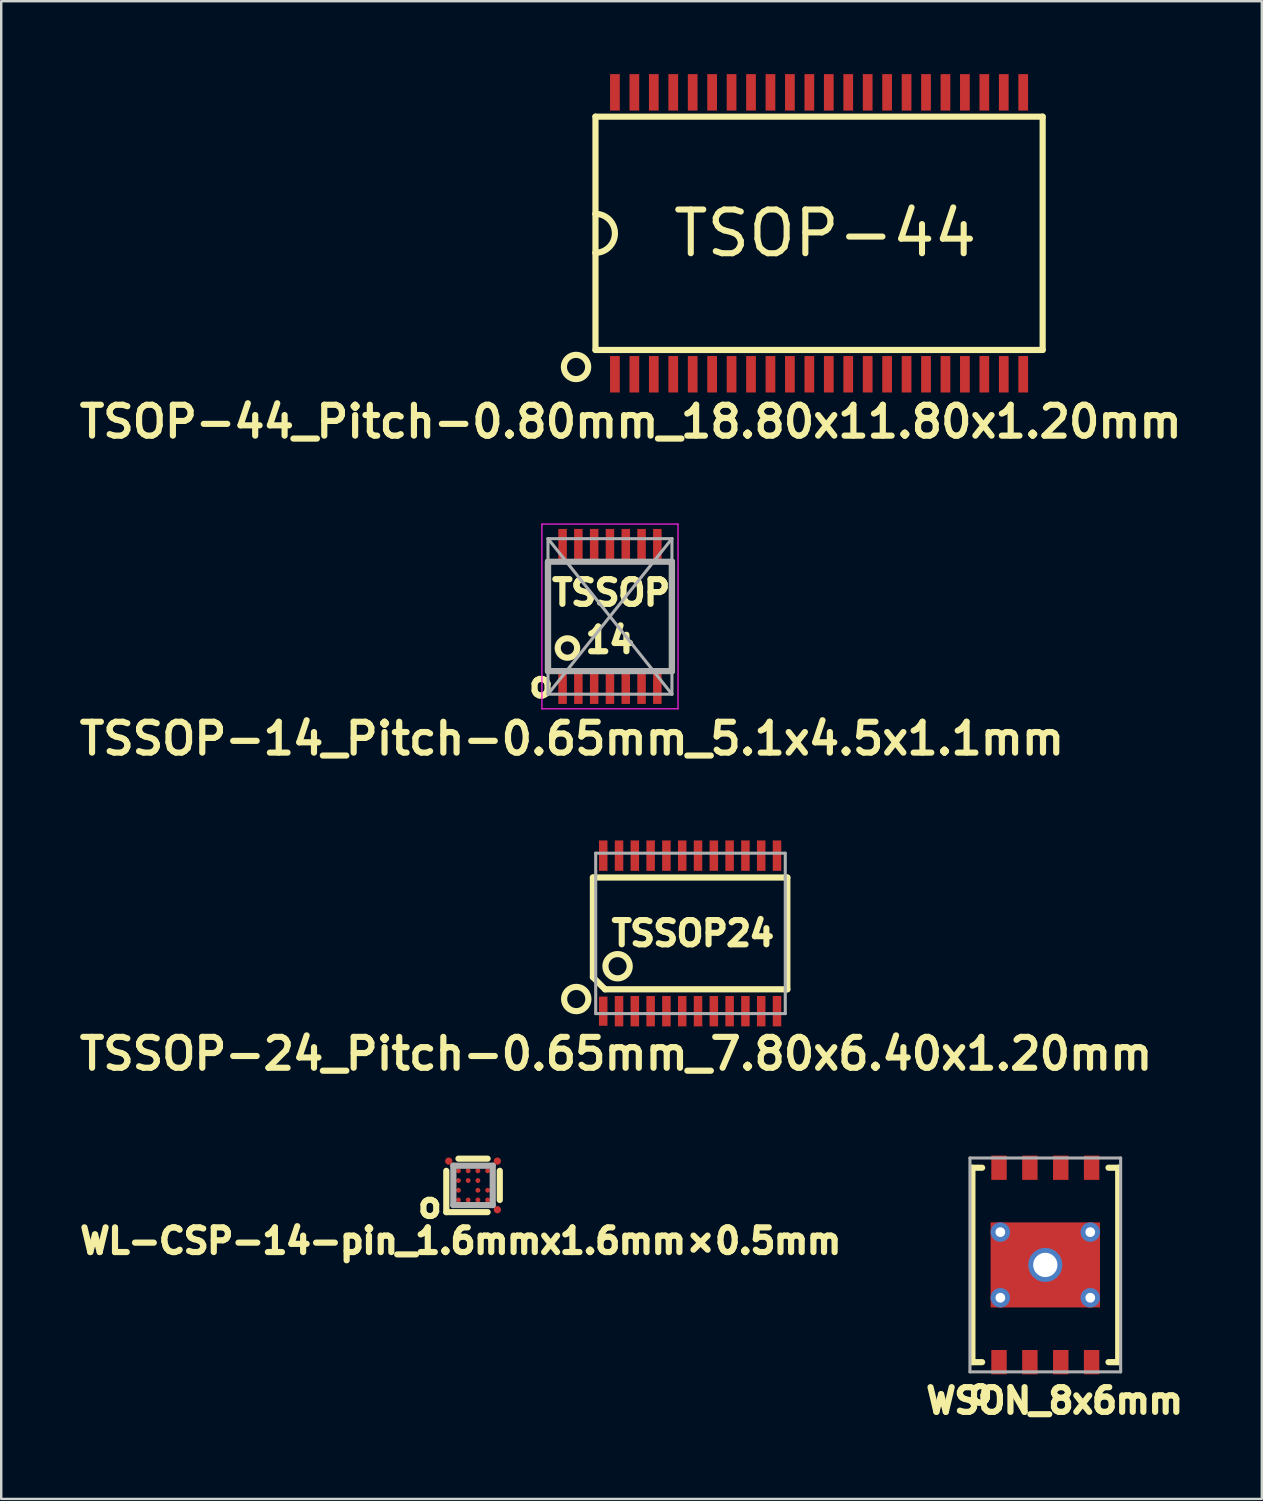
<source format=kicad_pcb>
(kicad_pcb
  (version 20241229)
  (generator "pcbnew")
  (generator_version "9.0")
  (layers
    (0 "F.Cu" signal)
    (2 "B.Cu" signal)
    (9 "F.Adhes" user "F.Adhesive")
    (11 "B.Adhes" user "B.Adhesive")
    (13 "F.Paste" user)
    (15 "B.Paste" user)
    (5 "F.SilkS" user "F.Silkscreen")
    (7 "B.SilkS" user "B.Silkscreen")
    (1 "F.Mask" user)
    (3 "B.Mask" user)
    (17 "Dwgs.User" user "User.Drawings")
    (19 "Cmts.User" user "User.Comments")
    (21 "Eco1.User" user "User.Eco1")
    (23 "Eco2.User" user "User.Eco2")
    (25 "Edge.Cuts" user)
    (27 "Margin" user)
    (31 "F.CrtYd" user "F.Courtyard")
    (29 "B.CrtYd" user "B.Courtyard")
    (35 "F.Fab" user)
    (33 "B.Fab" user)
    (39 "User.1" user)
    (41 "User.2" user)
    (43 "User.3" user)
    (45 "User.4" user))
  (footprint "TSSOP-14_Pitch-0.65mm_5.1x4.5x1.1mm"
    (layer "F.Cu")
    (at 22.048 22.314)
    (property "Reference" "TSSOP-14_Pitch-0.65mm_5.1x4.5x1.1mm" (at -1.565 5.029 0) (layer "F.SilkS") (effects (font (size 1.27 1.27) (thickness 0.254))))
    (attr smd)
    (fp_line (start -2.55 -2.25) (end -2.55 2.25) (stroke (width 0.254) (type solid)) (layer "F.SilkS"))
    (fp_line (start 2.55 -2.25) (end 2.55 2.25) (stroke (width 0.254) (type solid)) (layer "F.SilkS"))
    (fp_circle (center -1.75 1.3) (end -1.35 1.3) (stroke (width 0.254) (type solid)) (fill no) (layer "F.SilkS"))
    (fp_line (start -2.8 -3.8) (end -2.8 3.8) (stroke (width 0.05) (type default)) (layer "F.CrtYd"))
    (fp_line (start -2.8 3.8) (end 2.8 3.8) (stroke (width 0.05) (type default)) (layer "F.CrtYd"))
    (fp_line (start 2.8 -3.8) (end -2.8 -3.8) (stroke (width 0.05) (type default)) (layer "F.CrtYd"))
    (fp_line (start 2.8 3.8) (end 2.8 -3.8) (stroke (width 0.05) (type default)) (layer "F.CrtYd"))
    (fp_line (start -2.55 -3.2) (end 2.55 -3.2) (stroke (width 0.127) (type solid)) (layer "F.Fab"))
    (fp_line (start -2.55 -3.2) (end 2.55 3.2) (stroke (width 0.127) (type solid)) (layer "F.Fab"))
    (fp_line (start -2.55 -2.25) (end -2.55 -3.2) (stroke (width 0.127) (type solid)) (layer "F.Fab"))
    (fp_line (start -2.55 -2.25) (end 2.55 -2.25) (stroke (width 0.254) (type solid)) (layer "F.Fab"))
    (fp_line (start -2.55 2.25) (end -2.55 -2.25) (stroke (width 0.254) (type solid)) (layer "F.Fab"))
    (fp_line (start -2.55 3.2) (end -2.55 2.25) (stroke (width 0.127) (type solid)) (layer "F.Fab"))
    (fp_line (start 2.55 -3.2) (end -2.55 3.2) (stroke (width 0.127) (type solid)) (layer "F.Fab"))
    (fp_line (start 2.55 -3.2) (end 2.55 -2.25) (stroke (width 0.127) (type solid)) (layer "F.Fab"))
    (fp_line (start 2.55 -2.25) (end 2.55 2.25) (stroke (width 0.254) (type solid)) (layer "F.Fab"))
    (fp_line (start 2.55 2.25) (end -2.55 2.25) (stroke (width 0.254) (type solid)) (layer "F.Fab"))
    (fp_line (start 2.55 2.25) (end 2.55 3.2) (stroke (width 0.127) (type solid)) (layer "F.Fab"))
    (fp_line (start 2.55 3.2) (end -2.55 3.2) (stroke (width 0.127) (type solid)) (layer "F.Fab"))
    (fp_text user "TSSOP" (at 0.05 -0.975 0) (layer "F.SilkS") (effects (font (size 1.016 1.016) (thickness 0.254) (bold yes))))
    (fp_text user "14" (at 0 0.975 0) (layer "F.SilkS") (effects (font (size 1.016 1.016) (thickness 0.254) (bold yes))))
    (fp_text user "o" (at -2.835 2.794 0) (layer "F.SilkS") (effects (font (size 1.016 1.016) (thickness 0.254))))
    (pad "1" smd rect (at -1.95 2.9) (size 0.35 1.4) (layers "F.Cu" "F.Mask" "F.Paste"))
    (pad "2" smd rect (at -1.3 2.9) (size 0.35 1.4) (layers "F.Cu" "F.Mask" "F.Paste"))
    (pad "3" smd rect (at -0.65 2.9) (size 0.35 1.4) (layers "F.Cu" "F.Mask" "F.Paste"))
    (pad "4" smd rect (at 0 2.9) (size 0.35 1.4) (layers "F.Cu" "F.Mask" "F.Paste"))
    (pad "5" smd rect (at 0.65 2.9) (size 0.35 1.4) (layers "F.Cu" "F.Mask" "F.Paste"))
    (pad "6" smd rect (at 1.3 2.9) (size 0.35 1.4) (layers "F.Cu" "F.Mask" "F.Paste"))
    (pad "7" smd rect (at 1.95 2.9) (size 0.35 1.4) (layers "F.Cu" "F.Mask" "F.Paste"))
    (pad "8" smd rect (at 1.95 -2.9) (size 0.35 1.4) (layers "F.Cu" "F.Mask" "F.Paste"))
    (pad "9" smd rect (at 1.3 -2.9) (size 0.35 1.4) (layers "F.Cu" "F.Mask" "F.Paste"))
    (pad "10" smd rect (at 0.65 -2.9) (size 0.35 1.4) (layers "F.Cu" "F.Mask" "F.Paste"))
    (pad "11" smd rect (at 0 -2.9) (size 0.35 1.4) (layers "F.Cu" "F.Mask" "F.Paste"))
    (pad "12" smd rect (at -0.65 -2.9) (size 0.35 1.4) (layers "F.Cu" "F.Mask" "F.Paste"))
    (pad "13" smd rect (at -1.3 -2.9) (size 0.35 1.4) (layers "F.Cu" "F.Mask" "F.Paste"))
    (pad "14" smd rect (at -1.95 -2.9) (size 0.35 1.4) (layers "F.Cu" "F.Mask" "F.Paste")))
  (footprint "TSOP-44_Pitch-0.80mm_18.80x11.80x1.20mm"
    (layer "F.Cu")
    (at 30.652 6.55)
    (property "Reference" "TSOP-44_Pitch-0.80mm_18.80x11.80x1.20mm" (at -7.75 7.75 180) (layer "F.SilkS") (effects (font (size 1.27 1.27) (thickness 0.254))))
    (attr smd)
    (fp_line (start -9.2 -4.8) (end 9.2 -4.8) (stroke (width 0.254) (type solid)) (layer "F.SilkS"))
    (fp_line (start -9.2 -0.8) (end -9.2 -4.8) (stroke (width 0.254) (type solid)) (layer "F.SilkS"))
    (fp_line (start -9.2 0.8) (end -9.2 -0.8) (stroke (width 0.254) (type solid)) (layer "F.SilkS"))
    (fp_line (start -9.2 4.8) (end -9.2 0.8) (stroke (width 0.254) (type solid)) (layer "F.SilkS"))
    (fp_line (start 9.2 -4.8) (end 9.2 4.8) (stroke (width 0.254) (type solid)) (layer "F.SilkS"))
    (fp_line (start 9.2 4.8) (end -9.2 4.8) (stroke (width 0.254) (type solid)) (layer "F.SilkS"))
    (fp_arc (start -9.2 -0.8) (mid -8.4 0) (end -9.2 0.8) (stroke (width 0.254) (type solid)) (layer "F.SilkS"))
    (fp_circle (center -10 5.5) (end -10 6) (stroke (width 0.254) (type solid)) (fill no) (layer "F.SilkS"))
    (fp_text user "TSOP-44" (at 0.25 0 0) (layer "F.SilkS") (effects (font (size 1.8 1.8) (thickness 0.25))))
    (pad "1" smd rect (at -8.4 5.8) (size 0.4 1.5) (layers "F.Cu" "F.Mask" "F.Paste"))
    (pad "2" smd rect (at -7.6 5.8) (size 0.4 1.5) (layers "F.Cu" "F.Mask" "F.Paste"))
    (pad "3" smd rect (at -6.8 5.8) (size 0.4 1.5) (layers "F.Cu" "F.Mask" "F.Paste"))
    (pad "4" smd rect (at -6 5.8) (size 0.4 1.5) (layers "F.Cu" "F.Mask" "F.Paste"))
    (pad "5" smd rect (at -5.2 5.8) (size 0.4 1.5) (layers "F.Cu" "F.Mask" "F.Paste"))
    (pad "6" smd rect (at -4.4 5.8) (size 0.4 1.5) (layers "F.Cu" "F.Mask" "F.Paste"))
    (pad "7" smd rect (at -3.6 5.8) (size 0.4 1.5) (layers "F.Cu" "F.Mask" "F.Paste"))
    (pad "8" smd rect (at -2.8 5.8) (size 0.4 1.5) (layers "F.Cu" "F.Mask" "F.Paste"))
    (pad "9" smd rect (at -2 5.8) (size 0.4 1.5) (layers "F.Cu" "F.Mask" "F.Paste"))
    (pad "10" smd rect (at -1.2 5.8) (size 0.4 1.5) (layers "F.Cu" "F.Mask" "F.Paste"))
    (pad "11" smd rect (at -0.4 5.8) (size 0.4 1.5) (layers "F.Cu" "F.Mask" "F.Paste"))
    (pad "12" smd rect (at 0.4 5.8) (size 0.4 1.5) (layers "F.Cu" "F.Mask" "F.Paste"))
    (pad "13" smd rect (at 1.2 5.8) (size 0.4 1.5) (layers "F.Cu" "F.Mask" "F.Paste"))
    (pad "14" smd rect (at 2 5.8) (size 0.4 1.5) (layers "F.Cu" "F.Mask" "F.Paste"))
    (pad "15" smd rect (at 2.8 5.8) (size 0.4 1.5) (layers "F.Cu" "F.Mask" "F.Paste"))
    (pad "16" smd rect (at 3.6 5.8) (size 0.4 1.5) (layers "F.Cu" "F.Mask" "F.Paste"))
    (pad "17" smd rect (at 4.4 5.8) (size 0.4 1.5) (layers "F.Cu" "F.Mask" "F.Paste"))
    (pad "18" smd rect (at 5.2 5.8) (size 0.4 1.5) (layers "F.Cu" "F.Mask" "F.Paste"))
    (pad "19" smd rect (at 6 5.8) (size 0.4 1.5) (layers "F.Cu" "F.Mask" "F.Paste"))
    (pad "20" smd rect (at 6.8 5.8) (size 0.4 1.5) (layers "F.Cu" "F.Mask" "F.Paste"))
    (pad "21" smd rect (at 7.6 5.8) (size 0.4 1.5) (layers "F.Cu" "F.Mask" "F.Paste"))
    (pad "22" smd rect (at 8.4 5.8) (size 0.4 1.5) (layers "F.Cu" "F.Mask" "F.Paste"))
    (pad "23" smd rect (at 8.4 -5.8) (size 0.4 1.5) (layers "F.Cu" "F.Mask" "F.Paste"))
    (pad "24" smd rect (at 7.6 -5.8) (size 0.4 1.5) (layers "F.Cu" "F.Mask" "F.Paste"))
    (pad "25" smd rect (at 6.8 -5.8) (size 0.4 1.5) (layers "F.Cu" "F.Mask" "F.Paste"))
    (pad "26" smd rect (at 6 -5.8) (size 0.4 1.5) (layers "F.Cu" "F.Mask" "F.Paste"))
    (pad "27" smd rect (at 5.2 -5.8) (size 0.4 1.5) (layers "F.Cu" "F.Mask" "F.Paste"))
    (pad "28" smd rect (at 4.4 -5.8) (size 0.4 1.5) (layers "F.Cu" "F.Mask" "F.Paste"))
    (pad "29" smd rect (at 3.6 -5.8) (size 0.4 1.5) (layers "F.Cu" "F.Mask" "F.Paste"))
    (pad "30" smd rect (at 2.8 -5.8) (size 0.4 1.5) (layers "F.Cu" "F.Mask" "F.Paste"))
    (pad "31" smd rect (at 2 -5.8) (size 0.4 1.5) (layers "F.Cu" "F.Mask" "F.Paste"))
    (pad "32" smd rect (at 1.2 -5.8) (size 0.4 1.5) (layers "F.Cu" "F.Mask" "F.Paste"))
    (pad "33" smd rect (at 0.4 -5.8) (size 0.4 1.5) (layers "F.Cu" "F.Mask" "F.Paste"))
    (pad "34" smd rect (at -0.4 -5.8) (size 0.4 1.5) (layers "F.Cu" "F.Mask" "F.Paste"))
    (pad "35" smd rect (at -1.2 -5.8) (size 0.4 1.5) (layers "F.Cu" "F.Mask" "F.Paste"))
    (pad "36" smd rect (at -2 -5.8) (size 0.4 1.5) (layers "F.Cu" "F.Mask" "F.Paste"))
    (pad "37" smd rect (at -2.8 -5.8) (size 0.4 1.5) (layers "F.Cu" "F.Mask" "F.Paste"))
    (pad "38" smd rect (at -3.6 -5.8) (size 0.4 1.5) (layers "F.Cu" "F.Mask" "F.Paste"))
    (pad "39" smd rect (at -4.4 -5.8) (size 0.4 1.5) (layers "F.Cu" "F.Mask" "F.Paste"))
    (pad "40" smd rect (at -5.2 -5.8) (size 0.4 1.5) (layers "F.Cu" "F.Mask" "F.Paste"))
    (pad "41" smd rect (at -6 -5.8) (size 0.4 1.5) (layers "F.Cu" "F.Mask" "F.Paste"))
    (pad "42" smd rect (at -6.8 -5.8) (size 0.4 1.5) (layers "F.Cu" "F.Mask" "F.Paste"))
    (pad "43" smd rect (at -7.6 -5.8) (size 0.4 1.5) (layers "F.Cu" "F.Mask" "F.Paste"))
    (pad "44" smd rect (at -8.4 -5.8) (size 0.4 1.5) (layers "F.Cu" "F.Mask" "F.Paste")))
  (footprint "WSON_8x6mm"
    (layer "F.Cu")
    (at 39.961 48.998)
    (property "Reference" "WSON_8x6mm" (at 0.381 5.588 0) (layer "F.SilkS") (effects (font (size 1.016 1.016) (thickness 0.254))))
    (attr smd)
    (fp_line (start -3 -4) (end -2.6 -4) (stroke (width 0.254) (type solid)) (layer "F.SilkS"))
    (fp_line (start -3 4) (end -3 -4) (stroke (width 0.254) (type solid)) (layer "F.SilkS"))
    (fp_line (start -2.6 4) (end -3 4) (stroke (width 0.254) (type solid)) (layer "F.SilkS"))
    (fp_line (start 2.6 -4) (end 3 -4) (stroke (width 0.254) (type solid)) (layer "F.SilkS"))
    (fp_line (start 3 -4) (end 3 4) (stroke (width 0.254) (type solid)) (layer "F.SilkS"))
    (fp_line (start 3 4) (end 2.6 4) (stroke (width 0.254) (type solid)) (layer "F.SilkS"))
    (fp_line (start -3.1 -4.4) (end 3.1 -4.4) (stroke (width 0.127) (type solid)) (layer "F.Fab"))
    (fp_line (start -3.1 4.4) (end -3.1 -4.4) (stroke (width 0.127) (type solid)) (layer "F.Fab"))
    (fp_line (start 3.1 -4.4) (end 3.1 4.4) (stroke (width 0.127) (type solid)) (layer "F.Fab"))
    (fp_line (start 3.1 4.4) (end -3.1 4.4) (stroke (width 0.127) (type solid)) (layer "F.Fab"))
    (fp_text user "o" (at -2.667 5.207 0) (layer "F.SilkS") (effects (font (size 1.016 1.016) (thickness 0.254))))
    (pad "" smd rect (at -1.5 0 270) (size 2.1 1.5) (layers "F.Paste"))
    (pad "" smd rect (at 0 -1.175 270) (size 1.15 0.9) (layers "F.Paste"))
    (pad "" smd rect (at 0 1.175 270) (size 1.15 0.9) (layers "F.Paste"))
    (pad "" smd rect (at 1.5 0 270) (size 2.1 1.5) (layers "F.Paste"))
    (pad "1" smd rect (at -1.905 4 90) (size 1 0.635) (layers "F.Cu" "F.Mask" "F.Paste"))
    (pad "2" smd rect (at -0.635 4 90) (size 1 0.635) (layers "F.Cu" "F.Mask" "F.Paste"))
    (pad "3" smd rect (at 0.635 4 90) (size 1 0.635) (layers "F.Cu" "F.Mask" "F.Paste"))
    (pad "4" smd rect (at 1.905 4 90) (size 1 0.635) (layers "F.Cu" "F.Mask" "F.Paste"))
    (pad "5" smd rect (at 1.905 -4 270) (size 1 0.635) (layers "F.Cu" "F.Mask" "F.Paste"))
    (pad "6" smd rect (at 0.635 -4 270) (size 1 0.635) (layers "F.Cu" "F.Mask" "F.Paste"))
    (pad "7" smd rect (at -0.635 -4 270) (size 1 0.635) (layers "F.Cu" "F.Mask" "F.Paste"))
    (pad "8" smd rect (at -1.905 -4 270) (size 1 0.635) (layers "F.Cu" "F.Mask" "F.Paste"))
    (pad "9" thru_hole circle (at -1.85 -1.35 270) (size 0.8 0.8) (drill 0.4) (layers "*.Cu" "*.Mask"))
    (pad "9" thru_hole circle (at -1.85 1.35 270) (size 0.8 0.8) (drill 0.4) (layers "*.Cu" "*.Mask"))
    (pad "9" thru_hole circle (at 0 0 270) (size 1.4 1.4) (drill 1) (layers "*.Cu" "*.Mask"))
    (pad "9" smd rect (at 0 0 270) (size 3.5 4.5) (layers "F.Cu" "F.Mask"))
    (pad "9" thru_hole circle (at 1.85 -1.35 270) (size 0.8 0.8) (drill 0.4) (layers "*.Cu" "*.Mask"))
    (pad "9" thru_hole circle (at 1.85 1.35 270) (size 0.8 0.8) (drill 0.4) (layers "*.Cu" "*.Mask")))
  (footprint "TSSOP-24_Pitch-0.65mm_7.80x6.40x1.20mm"
    (layer "F.Cu")
    (at 25.346 35.357)
    (property "Reference" "TSSOP-24_Pitch-0.65mm_7.80x6.40x1.20mm" (at -3.048 4.953 0) (layer "F.SilkS") (effects (font (size 1.27 1.27) (thickness 0.254))))
    (attr smd)
    (fp_line (start -4 -2.3) (end -4 1.8) (stroke (width 0.254) (type solid)) (layer "F.SilkS"))
    (fp_line (start -4 -2.3) (end 4 -2.3) (stroke (width 0.254) (type solid)) (layer "F.SilkS"))
    (fp_line (start -4 1.8) (end -3.5 2.3) (stroke (width 0.254) (type solid)) (layer "F.SilkS"))
    (fp_line (start -3.5 2.3) (end 4 2.3) (stroke (width 0.254) (type solid)) (layer "F.SilkS"))
    (fp_line (start 4 -2.3) (end 4 2.3) (stroke (width 0.254) (type solid)) (layer "F.SilkS"))
    (fp_circle (center -4.685 2.7) (end -4.185 2.7) (stroke (width 0.254) (type solid)) (fill no) (layer "F.SilkS"))
    (fp_circle (center -2.985 1.35) (end -2.485 1.35) (stroke (width 0.254) (type solid)) (fill no) (layer "F.SilkS"))
    (fp_line (start -3.885 -3.3) (end 3.915 -3.3) (stroke (width 0.127) (type solid)) (layer "F.Fab"))
    (fp_line (start -3.885 3.3) (end -3.885 -3.3) (stroke (width 0.127) (type solid)) (layer "F.Fab"))
    (fp_line (start 3.915 -3.3) (end 3.915 3.3) (stroke (width 0.127) (type solid)) (layer "F.Fab"))
    (fp_line (start 3.915 3.3) (end -3.885 3.3) (stroke (width 0.127) (type solid)) (layer "F.Fab"))
    (fp_text user "TSSOP24" (at 0.115 0 0) (layer "F.SilkS") (effects (font (size 1 1) (thickness 0.25))))
    (pad "1" smd rect (at -3.575 3.2) (size 0.35 1.2) (layers "F.Cu" "F.Mask" "F.Paste"))
    (pad "2" smd rect (at -2.925 3.2) (size 0.35 1.25) (layers "F.Cu" "F.Mask" "F.Paste"))
    (pad "3" smd rect (at -2.275 3.2) (size 0.35 1.25) (layers "F.Cu" "F.Mask" "F.Paste"))
    (pad "4" smd rect (at -1.625 3.2) (size 0.35 1.25) (layers "F.Cu" "F.Mask" "F.Paste"))
    (pad "5" smd rect (at -0.975 3.2) (size 0.35 1.25) (layers "F.Cu" "F.Mask" "F.Paste"))
    (pad "6" smd rect (at -0.325 3.2) (size 0.35 1.25) (layers "F.Cu" "F.Mask" "F.Paste"))
    (pad "7" smd rect (at 0.325 3.2) (size 0.35 1.25) (layers "F.Cu" "F.Mask" "F.Paste"))
    (pad "8" smd rect (at 0.975 3.2) (size 0.35 1.25) (layers "F.Cu" "F.Mask" "F.Paste"))
    (pad "9" smd rect (at 1.625 3.2) (size 0.35 1.25) (layers "F.Cu" "F.Mask" "F.Paste"))
    (pad "10" smd rect (at 2.275 3.2) (size 0.35 1.25) (layers "F.Cu" "F.Mask" "F.Paste"))
    (pad "11" smd rect (at 2.925 3.2) (size 0.35 1.25) (layers "F.Cu" "F.Mask" "F.Paste"))
    (pad "12" smd rect (at 3.575 3.2) (size 0.35 1.25) (layers "F.Cu" "F.Mask" "F.Paste"))
    (pad "13" smd rect (at 3.575 -3.2) (size 0.35 1.25) (layers "F.Cu" "F.Mask" "F.Paste"))
    (pad "14" smd rect (at 2.925 -3.2) (size 0.35 1.25) (layers "F.Cu" "F.Mask" "F.Paste"))
    (pad "15" smd rect (at 2.275 -3.2) (size 0.35 1.25) (layers "F.Cu" "F.Mask" "F.Paste"))
    (pad "16" smd rect (at 1.625 -3.2) (size 0.35 1.25) (layers "F.Cu" "F.Mask" "F.Paste"))
    (pad "17" smd rect (at 0.975 -3.2) (size 0.35 1.25) (layers "F.Cu" "F.Mask" "F.Paste"))
    (pad "18" smd rect (at 0.325 -3.2) (size 0.35 1.25) (layers "F.Cu" "F.Mask" "F.Paste"))
    (pad "19" smd rect (at -0.325 -3.2) (size 0.35 1.25) (layers "F.Cu" "F.Mask" "F.Paste"))
    (pad "20" smd rect (at -0.975 -3.2) (size 0.35 1.25) (layers "F.Cu" "F.Mask" "F.Paste"))
    (pad "21" smd rect (at -1.625 -3.2) (size 0.35 1.25) (layers "F.Cu" "F.Mask" "F.Paste"))
    (pad "22" smd rect (at -2.275 -3.2) (size 0.35 1.25) (layers "F.Cu" "F.Mask" "F.Paste"))
    (pad "23" smd rect (at -2.925 -3.2) (size 0.35 1.25) (layers "F.Cu" "F.Mask" "F.Paste"))
    (pad "24" smd rect (at -3.575 -3.2) (size 0.35 1.25) (layers "F.Cu" "F.Mask" "F.Paste")))
  (footprint "WL-CSP-14-pin_1.6mmx1.6mm×0.5mm"
    (layer "F.Cu")
    (at 16.414 45.725)
    (property "Reference" "WL-CSP-14-pin_1.6mmx1.6mm×0.5mm" (at -0.508 2.286 0) (layer "F.SilkS") (effects (font (size 1.016 1.016) (thickness 0.254))))
    (attr smd)
    (fp_line (start -1.1 1.1) (end -1.1 -0.6) (stroke (width 0.254) (type solid)) (layer "F.SilkS"))
    (fp_line (start 0.6 -1.1) (end -0.6 -1.1) (stroke (width 0.254) (type solid)) (layer "F.SilkS"))
    (fp_line (start 0.6 1.1) (end -1.1 1.1) (stroke (width 0.254) (type solid)) (layer "F.SilkS"))
    (fp_line (start 1.1 -0.6) (end 1.1 0.6) (stroke (width 0.254) (type solid)) (layer "F.SilkS"))
    (fp_line (start -0.81 0.81) (end -0.81 -0.81) (stroke (width 0.254) (type solid)) (layer "F.Fab"))
    (fp_line (start 0.81 -0.81) (end -0.81 -0.81) (stroke (width 0.254) (type solid)) (layer "F.Fab"))
    (fp_line (start 0.81 0.81) (end -0.81 0.81) (stroke (width 0.254) (type solid)) (layer "F.Fab"))
    (fp_line (start 0.81 0.81) (end 0.81 -0.81) (stroke (width 0.254) (type solid)) (layer "F.Fab"))
    (fp_text user "o" (at -1.778 0.81 0) (layer "F.SilkS") (effects (font (size 1 1) (thickness 0.25))))
    (pad "A1" smd circle (at -0.6 0.6 270) (size 0.2 0.2) (layers "F.Cu" "F.Mask" "F.Paste"))
    (pad "A2" smd circle (at -0.6 0.2 270) (size 0.2 0.2) (layers "F.Cu" "F.Mask" "F.Paste"))
    (pad "A3" smd circle (at -0.6 -0.2 270) (size 0.2 0.2) (layers "F.Cu" "F.Mask" "F.Paste"))
    (pad "A4" smd circle (at -0.6 -0.6 270) (size 0.2 0.2) (layers "F.Cu" "F.Mask" "F.Paste"))
    (pad "B1" smd circle (at -0.2 0.6 270) (size 0.2 0.2) (layers "F.Cu" "F.Mask" "F.Paste"))
    (pad "B3" smd circle (at -0.2 -0.2 270) (size 0.2 0.2) (layers "F.Cu" "F.Mask" "F.Paste"))
    (pad "B4" smd circle (at -0.2 -0.6 270) (size 0.2 0.2) (layers "F.Cu" "F.Mask" "F.Paste"))
    (pad "C1" smd circle (at 0.2 0.6 270) (size 0.2 0.2) (layers "F.Cu" "F.Mask" "F.Paste"))
    (pad "C2" smd circle (at 0.2 0.2 270) (size 0.2 0.2) (layers "F.Cu" "F.Mask" "F.Paste"))
    (pad "C3" smd circle (at 0.2 -0.2 270) (size 0.2 0.2) (layers "F.Cu" "F.Mask" "F.Paste"))
    (pad "C4" smd circle (at 0.2 -0.6 270) (size 0.2 0.2) (layers "F.Cu" "F.Mask" "F.Paste"))
    (pad "D1" smd circle (at 0.6 0.6 270) (size 0.2 0.2) (layers "F.Cu" "F.Mask" "F.Paste"))
    (pad "D2" smd circle (at 0.6 0.2 270) (size 0.2 0.2) (layers "F.Cu" "F.Mask" "F.Paste"))
    (pad "D4" smd circle (at 0.6 -0.6 270) (size 0.2 0.2) (layers "F.Cu" "F.Mask" "F.Paste"))
    (pad "Fid1" smd circle (at 1 1 270) (size 0.3 0.3) (layers "F.Cu" "F.Mask"))
    (pad "Fid2" smd circle (at 1 -1 270) (size 0.3 0.3) (layers "F.Cu" "F.Mask"))
    (pad "Fid3" smd circle (at -1 -1 270) (size 0.3 0.3) (layers "F.Cu" "F.Mask")))
  (gr_rect
    (start -3 -3)
    (end 48.87 58.626)
    (stroke (width 0.1) (type default))
    (fill no)
    (layer "Edge.Cuts")))
</source>
